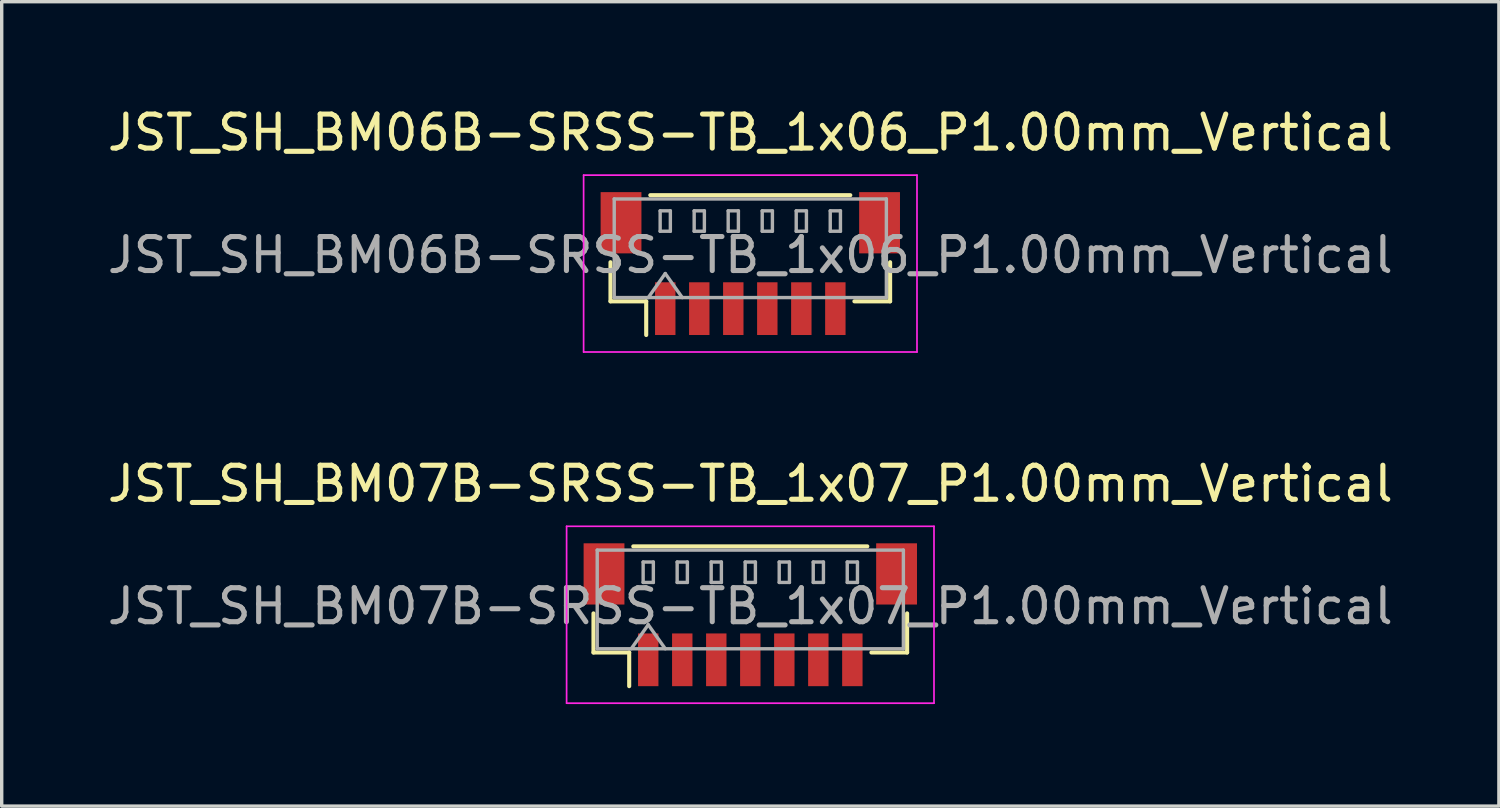
<source format=kicad_pcb>
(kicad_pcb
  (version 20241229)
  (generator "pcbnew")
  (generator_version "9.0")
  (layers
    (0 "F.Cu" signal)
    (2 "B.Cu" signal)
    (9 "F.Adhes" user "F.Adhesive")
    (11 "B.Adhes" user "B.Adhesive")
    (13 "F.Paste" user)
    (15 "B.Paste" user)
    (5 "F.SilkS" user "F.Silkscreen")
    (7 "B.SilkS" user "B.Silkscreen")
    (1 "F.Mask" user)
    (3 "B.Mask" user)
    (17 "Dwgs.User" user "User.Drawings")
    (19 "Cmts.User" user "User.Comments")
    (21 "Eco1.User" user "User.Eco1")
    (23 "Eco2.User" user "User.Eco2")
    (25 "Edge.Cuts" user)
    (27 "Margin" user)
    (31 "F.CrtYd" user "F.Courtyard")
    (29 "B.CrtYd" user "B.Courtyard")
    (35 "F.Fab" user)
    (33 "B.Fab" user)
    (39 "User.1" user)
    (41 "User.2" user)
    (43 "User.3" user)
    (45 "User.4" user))
  (footprint "JST_SH_BM07B-SRSS-TB_1x07_P1.00mm_Vertical"
    (layer "F.Cu")
    (at 19.006 15.021)
    (property "Reference" "JST_SH_BM07B-SRSS-TB_1x07_P1.00mm_Vertical" (at 0 -3.85 0) (layer "F.SilkS") (effects (font (size 1 1) (thickness 0.15))))
    (attr smd)
    (fp_line (start -4.61 -0.04) (end -4.61 1.11) (stroke (width 0.12) (type solid)) (layer "F.SilkS"))
    (fp_line (start -4.61 1.11) (end -3.56 1.11) (stroke (width 0.12) (type solid)) (layer "F.SilkS"))
    (fp_line (start -3.56 1.11) (end -3.56 2.1) (stroke (width 0.12) (type solid)) (layer "F.SilkS"))
    (fp_line (start -3.44 -2.01) (end 3.44 -2.01) (stroke (width 0.12) (type solid)) (layer "F.SilkS"))
    (fp_line (start 4.61 -0.04) (end 4.61 1.11) (stroke (width 0.12) (type solid)) (layer "F.SilkS"))
    (fp_line (start 4.61 1.11) (end 3.56 1.11) (stroke (width 0.12) (type solid)) (layer "F.SilkS"))
    (fp_line (start -5.4 -2.6) (end -5.4 2.6) (stroke (width 0.05) (type solid)) (layer "F.CrtYd"))
    (fp_line (start -5.4 2.6) (end 5.4 2.6) (stroke (width 0.05) (type solid)) (layer "F.CrtYd"))
    (fp_line (start 5.4 -2.6) (end -5.4 -2.6) (stroke (width 0.05) (type solid)) (layer "F.CrtYd"))
    (fp_line (start 5.4 2.6) (end 5.4 -2.6) (stroke (width 0.05) (type solid)) (layer "F.CrtYd"))
    (fp_line (start -4.5 -1.9) (end 4.5 -1.9) (stroke (width 0.1) (type solid)) (layer "F.Fab"))
    (fp_line (start -4.5 1) (end -4.5 -1.9) (stroke (width 0.1) (type solid)) (layer "F.Fab"))
    (fp_line (start -4.5 1) (end 4.5 1) (stroke (width 0.1) (type solid)) (layer "F.Fab"))
    (fp_line (start -3.5 1) (end -3 0.293) (stroke (width 0.1) (type solid)) (layer "F.Fab"))
    (fp_line (start -3.15 -1.55) (end -3.15 -0.95) (stroke (width 0.1) (type solid)) (layer "F.Fab"))
    (fp_line (start -3.15 -0.95) (end -2.85 -0.95) (stroke (width 0.1) (type solid)) (layer "F.Fab"))
    (fp_line (start -3 0.293) (end -2.5 1) (stroke (width 0.1) (type solid)) (layer "F.Fab"))
    (fp_line (start -2.85 -1.55) (end -3.15 -1.55) (stroke (width 0.1) (type solid)) (layer "F.Fab"))
    (fp_line (start -2.85 -0.95) (end -2.85 -1.55) (stroke (width 0.1) (type solid)) (layer "F.Fab"))
    (fp_line (start -2.15 -1.55) (end -2.15 -0.95) (stroke (width 0.1) (type solid)) (layer "F.Fab"))
    (fp_line (start -2.15 -0.95) (end -1.85 -0.95) (stroke (width 0.1) (type solid)) (layer "F.Fab"))
    (fp_line (start -1.85 -1.55) (end -2.15 -1.55) (stroke (width 0.1) (type solid)) (layer "F.Fab"))
    (fp_line (start -1.85 -0.95) (end -1.85 -1.55) (stroke (width 0.1) (type solid)) (layer "F.Fab"))
    (fp_line (start -1.15 -1.55) (end -1.15 -0.95) (stroke (width 0.1) (type solid)) (layer "F.Fab"))
    (fp_line (start -1.15 -0.95) (end -0.85 -0.95) (stroke (width 0.1) (type solid)) (layer "F.Fab"))
    (fp_line (start -0.85 -1.55) (end -1.15 -1.55) (stroke (width 0.1) (type solid)) (layer "F.Fab"))
    (fp_line (start -0.85 -0.95) (end -0.85 -1.55) (stroke (width 0.1) (type solid)) (layer "F.Fab"))
    (fp_line (start -0.15 -1.55) (end -0.15 -0.95) (stroke (width 0.1) (type solid)) (layer "F.Fab"))
    (fp_line (start -0.15 -0.95) (end 0.15 -0.95) (stroke (width 0.1) (type solid)) (layer "F.Fab"))
    (fp_line (start 0.15 -1.55) (end -0.15 -1.55) (stroke (width 0.1) (type solid)) (layer "F.Fab"))
    (fp_line (start 0.15 -0.95) (end 0.15 -1.55) (stroke (width 0.1) (type solid)) (layer "F.Fab"))
    (fp_line (start 0.85 -1.55) (end 0.85 -0.95) (stroke (width 0.1) (type solid)) (layer "F.Fab"))
    (fp_line (start 0.85 -0.95) (end 1.15 -0.95) (stroke (width 0.1) (type solid)) (layer "F.Fab"))
    (fp_line (start 1.15 -1.55) (end 0.85 -1.55) (stroke (width 0.1) (type solid)) (layer "F.Fab"))
    (fp_line (start 1.15 -0.95) (end 1.15 -1.55) (stroke (width 0.1) (type solid)) (layer "F.Fab"))
    (fp_line (start 1.85 -1.55) (end 1.85 -0.95) (stroke (width 0.1) (type solid)) (layer "F.Fab"))
    (fp_line (start 1.85 -0.95) (end 2.15 -0.95) (stroke (width 0.1) (type solid)) (layer "F.Fab"))
    (fp_line (start 2.15 -1.55) (end 1.85 -1.55) (stroke (width 0.1) (type solid)) (layer "F.Fab"))
    (fp_line (start 2.15 -0.95) (end 2.15 -1.55) (stroke (width 0.1) (type solid)) (layer "F.Fab"))
    (fp_line (start 2.85 -1.55) (end 2.85 -0.95) (stroke (width 0.1) (type solid)) (layer "F.Fab"))
    (fp_line (start 2.85 -0.95) (end 3.15 -0.95) (stroke (width 0.1) (type solid)) (layer "F.Fab"))
    (fp_line (start 3.15 -1.55) (end 2.85 -1.55) (stroke (width 0.1) (type solid)) (layer "F.Fab"))
    (fp_line (start 3.15 -0.95) (end 3.15 -1.55) (stroke (width 0.1) (type solid)) (layer "F.Fab"))
    (fp_line (start 4.5 1) (end 4.5 -1.9) (stroke (width 0.1) (type solid)) (layer "F.Fab"))
    (fp_text user "${REFERENCE}" (at 0 -0.25 0) (layer "F.Fab") (effects (font (size 1 1) (thickness 0.15))))
    (pad "" smd rect (at -4.3 -1.2) (size 1.2 1.8) (layers "F.Cu" "F.Mask" "F.Paste"))
    (pad "" smd rect (at 4.3 -1.2) (size 1.2 1.8) (layers "F.Cu" "F.Mask" "F.Paste"))
    (pad "1" smd rect (at -3 1.325) (size 0.6 1.55) (layers "F.Cu" "F.Mask" "F.Paste"))
    (pad "2" smd rect (at -2 1.325) (size 0.6 1.55) (layers "F.Cu" "F.Mask" "F.Paste"))
    (pad "3" smd rect (at -1 1.325) (size 0.6 1.55) (layers "F.Cu" "F.Mask" "F.Paste"))
    (pad "4" smd rect (at 0 1.325) (size 0.6 1.55) (layers "F.Cu" "F.Mask" "F.Paste"))
    (pad "5" smd rect (at 1 1.325) (size 0.6 1.55) (layers "F.Cu" "F.Mask" "F.Paste"))
    (pad "6" smd rect (at 2 1.325) (size 0.6 1.55) (layers "F.Cu" "F.Mask" "F.Paste"))
    (pad "7" smd rect (at 3 1.325) (size 0.6 1.55) (layers "F.Cu" "F.Mask" "F.Paste")))
  (footprint "JST_SH_BM06B-SRSS-TB_1x06_P1.00mm_Vertical"
    (layer "F.Cu")
    (at 19.006 4.698)
    (property "Reference" "JST_SH_BM06B-SRSS-TB_1x06_P1.00mm_Vertical" (at 0 -3.85 0) (layer "F.SilkS") (effects (font (size 1 1) (thickness 0.15))))
    (attr smd)
    (fp_line (start -4.11 -0.04) (end -4.11 1.11) (stroke (width 0.12) (type solid)) (layer "F.SilkS"))
    (fp_line (start -4.11 1.11) (end -3.06 1.11) (stroke (width 0.12) (type solid)) (layer "F.SilkS"))
    (fp_line (start -3.06 1.11) (end -3.06 2.1) (stroke (width 0.12) (type solid)) (layer "F.SilkS"))
    (fp_line (start -2.94 -2.01) (end 2.94 -2.01) (stroke (width 0.12) (type solid)) (layer "F.SilkS"))
    (fp_line (start 4.11 -0.04) (end 4.11 1.11) (stroke (width 0.12) (type solid)) (layer "F.SilkS"))
    (fp_line (start 4.11 1.11) (end 3.06 1.11) (stroke (width 0.12) (type solid)) (layer "F.SilkS"))
    (fp_line (start -4.9 -2.6) (end -4.9 2.6) (stroke (width 0.05) (type solid)) (layer "F.CrtYd"))
    (fp_line (start -4.9 2.6) (end 4.9 2.6) (stroke (width 0.05) (type solid)) (layer "F.CrtYd"))
    (fp_line (start 4.9 -2.6) (end -4.9 -2.6) (stroke (width 0.05) (type solid)) (layer "F.CrtYd"))
    (fp_line (start 4.9 2.6) (end 4.9 -2.6) (stroke (width 0.05) (type solid)) (layer "F.CrtYd"))
    (fp_line (start -4 -1.9) (end 4 -1.9) (stroke (width 0.1) (type solid)) (layer "F.Fab"))
    (fp_line (start -4 1) (end -4 -1.9) (stroke (width 0.1) (type solid)) (layer "F.Fab"))
    (fp_line (start -4 1) (end 4 1) (stroke (width 0.1) (type solid)) (layer "F.Fab"))
    (fp_line (start -3 1) (end -2.5 0.293) (stroke (width 0.1) (type solid)) (layer "F.Fab"))
    (fp_line (start -2.65 -1.55) (end -2.65 -0.95) (stroke (width 0.1) (type solid)) (layer "F.Fab"))
    (fp_line (start -2.65 -0.95) (end -2.35 -0.95) (stroke (width 0.1) (type solid)) (layer "F.Fab"))
    (fp_line (start -2.5 0.293) (end -2 1) (stroke (width 0.1) (type solid)) (layer "F.Fab"))
    (fp_line (start -2.35 -1.55) (end -2.65 -1.55) (stroke (width 0.1) (type solid)) (layer "F.Fab"))
    (fp_line (start -2.35 -0.95) (end -2.35 -1.55) (stroke (width 0.1) (type solid)) (layer "F.Fab"))
    (fp_line (start -1.65 -1.55) (end -1.65 -0.95) (stroke (width 0.1) (type solid)) (layer "F.Fab"))
    (fp_line (start -1.65 -0.95) (end -1.35 -0.95) (stroke (width 0.1) (type solid)) (layer "F.Fab"))
    (fp_line (start -1.35 -1.55) (end -1.65 -1.55) (stroke (width 0.1) (type solid)) (layer "F.Fab"))
    (fp_line (start -1.35 -0.95) (end -1.35 -1.55) (stroke (width 0.1) (type solid)) (layer "F.Fab"))
    (fp_line (start -0.65 -1.55) (end -0.65 -0.95) (stroke (width 0.1) (type solid)) (layer "F.Fab"))
    (fp_line (start -0.65 -0.95) (end -0.35 -0.95) (stroke (width 0.1) (type solid)) (layer "F.Fab"))
    (fp_line (start -0.35 -1.55) (end -0.65 -1.55) (stroke (width 0.1) (type solid)) (layer "F.Fab"))
    (fp_line (start -0.35 -0.95) (end -0.35 -1.55) (stroke (width 0.1) (type solid)) (layer "F.Fab"))
    (fp_line (start 0.35 -1.55) (end 0.35 -0.95) (stroke (width 0.1) (type solid)) (layer "F.Fab"))
    (fp_line (start 0.35 -0.95) (end 0.65 -0.95) (stroke (width 0.1) (type solid)) (layer "F.Fab"))
    (fp_line (start 0.65 -1.55) (end 0.35 -1.55) (stroke (width 0.1) (type solid)) (layer "F.Fab"))
    (fp_line (start 0.65 -0.95) (end 0.65 -1.55) (stroke (width 0.1) (type solid)) (layer "F.Fab"))
    (fp_line (start 1.35 -1.55) (end 1.35 -0.95) (stroke (width 0.1) (type solid)) (layer "F.Fab"))
    (fp_line (start 1.35 -0.95) (end 1.65 -0.95) (stroke (width 0.1) (type solid)) (layer "F.Fab"))
    (fp_line (start 1.65 -1.55) (end 1.35 -1.55) (stroke (width 0.1) (type solid)) (layer "F.Fab"))
    (fp_line (start 1.65 -0.95) (end 1.65 -1.55) (stroke (width 0.1) (type solid)) (layer "F.Fab"))
    (fp_line (start 2.35 -1.55) (end 2.35 -0.95) (stroke (width 0.1) (type solid)) (layer "F.Fab"))
    (fp_line (start 2.35 -0.95) (end 2.65 -0.95) (stroke (width 0.1) (type solid)) (layer "F.Fab"))
    (fp_line (start 2.65 -1.55) (end 2.35 -1.55) (stroke (width 0.1) (type solid)) (layer "F.Fab"))
    (fp_line (start 2.65 -0.95) (end 2.65 -1.55) (stroke (width 0.1) (type solid)) (layer "F.Fab"))
    (fp_line (start 4 1) (end 4 -1.9) (stroke (width 0.1) (type solid)) (layer "F.Fab"))
    (fp_text user "${REFERENCE}" (at 0 -0.25 0) (layer "F.Fab") (effects (font (size 1 1) (thickness 0.15))))
    (pad "" smd rect (at -3.8 -1.2) (size 1.2 1.8) (layers "F.Cu" "F.Mask" "F.Paste"))
    (pad "" smd rect (at 3.8 -1.2) (size 1.2 1.8) (layers "F.Cu" "F.Mask" "F.Paste"))
    (pad "1" smd rect (at -2.5 1.325) (size 0.6 1.55) (layers "F.Cu" "F.Mask" "F.Paste"))
    (pad "2" smd rect (at -1.5 1.325) (size 0.6 1.55) (layers "F.Cu" "F.Mask" "F.Paste"))
    (pad "3" smd rect (at -0.5 1.325) (size 0.6 1.55) (layers "F.Cu" "F.Mask" "F.Paste"))
    (pad "4" smd rect (at 0.5 1.325) (size 0.6 1.55) (layers "F.Cu" "F.Mask" "F.Paste"))
    (pad "5" smd rect (at 1.5 1.325) (size 0.6 1.55) (layers "F.Cu" "F.Mask" "F.Paste"))
    (pad "6" smd rect (at 2.5 1.325) (size 0.6 1.55) (layers "F.Cu" "F.Mask" "F.Paste")))
  (gr_rect
    (start -3 -3)
    (end 41.012 20.646)
    (stroke (width 0.1) (type default))
    (fill no)
    (layer "Edge.Cuts")))
</source>
